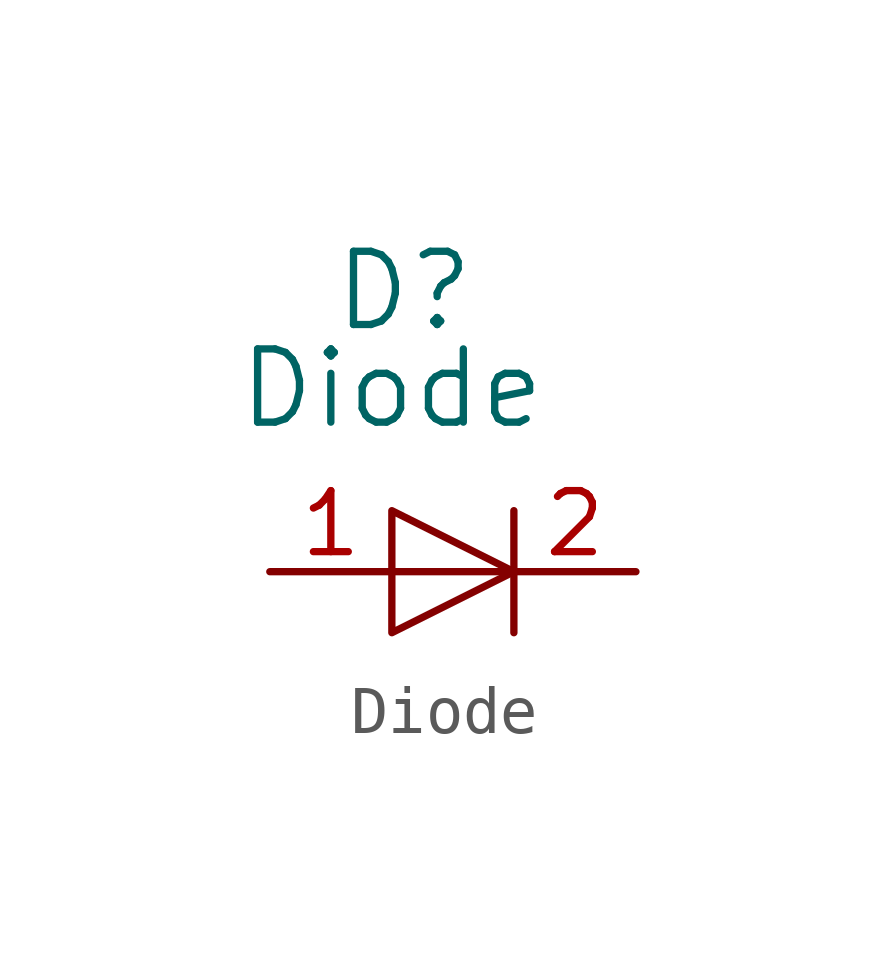
<source format=kicad_sym>
(kicad_symbol_lib
  (version 20211014)
  (generator kicad_symbol_editor)
  (symbol "Diode"
    (pin_names
      (offset 1.016) hide)
    (property "Reference" "D"
      (at -1.016 5.842 0)
      (effects (font (size 1.524 1.524))))
    (property "Value" "Diode"
      (at -1.27 3.81 0)
      (effects (font (size 1.524 1.524))))
    (property "Footprint" ""
      (at 0 0 0)
      (effects (font (size 1.524 1.524))))
    (property "Datasheet" ""
      (at 0 0 0)
      (effects (font (size 1.524 1.524))))
    (symbol "Diode_0_0"
      (polyline (pts (xy -1.27 0) (xy 1.27 0)) (stroke (width 0) (type default) (color 0 0 0 0)) (fill (type none)))
      (polyline (pts (xy 1.27 1.27) (xy 1.27 -1.27)) (stroke (width 0) (type default) (color 0 0 0 0)) (fill (type none)))
      (polyline (pts (xy -1.27 1.27) (xy -1.27 -1.27) (xy 1.27 0) (xy -1.27 1.27)) (stroke (width 0) (type default) (color 0 0 0 0)) (fill (type none))))
    (symbol "Diode_1_1"
      (pin passive line (at -3.81 0 0) (length 2.54) (name "Anode" (effects (font (size 1.27 1.27)))) (number "1" (effects (font (size 1.27 1.27)))))
      (pin passive line (at 3.81 0 180) (length 2.54) (name "Cathode" (effects (font (size 1.27 1.27)))) (number "2" (effects (font (size 1.27 1.27))))))))
</source>
